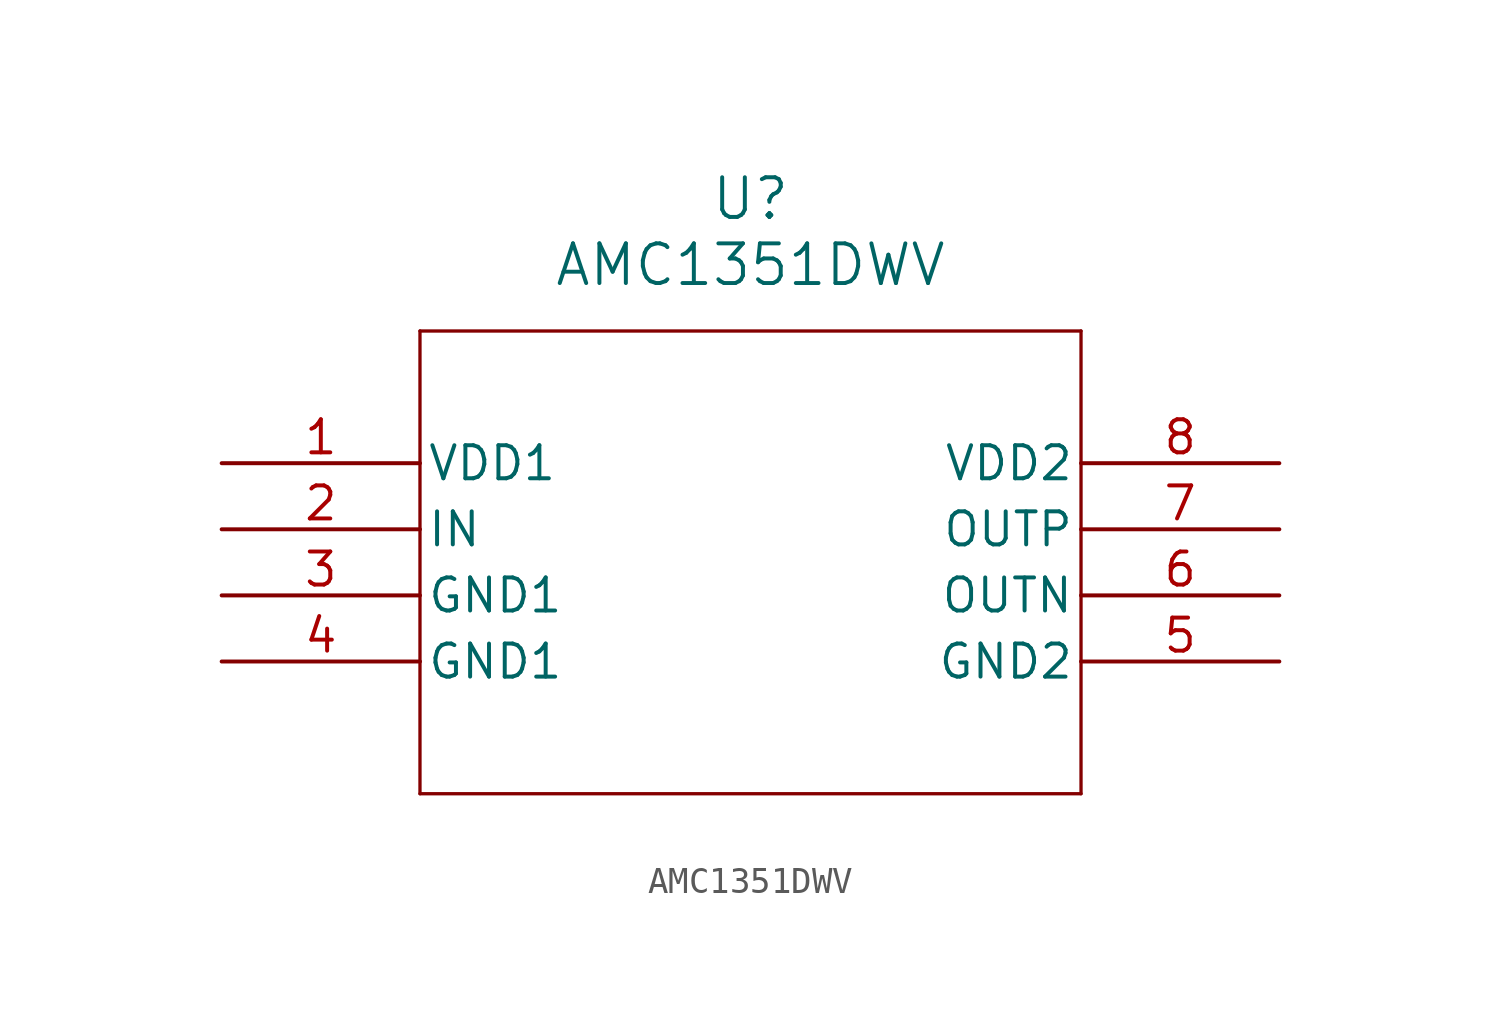
<source format=kicad_sym>
(kicad_symbol_lib
  (version 20211014)
  (generator kicad_symbol_editor)
  (symbol "AMC1351DWV"
    (pin_names
      (offset 0.254))
    (property "Reference" "U"
      (at 20.32 10.16 0)
      (effects (font (size 1.524 1.524))))
    (property "Value" "AMC1351DWV"
      (at 20.32 7.62 0)
      (effects (font (size 1.524 1.524))))
    (polyline
      (pts (xy 7.62 5.08) (xy 7.62 -12.7))
      (stroke (width 0.127) (type default) (color 0 0 0 0))
      (fill (type none)))
    (polyline
      (pts (xy 7.62 -12.7) (xy 33.02 -12.7))
      (stroke (width 0.127) (type default) (color 0 0 0 0))
      (fill (type none)))
    (polyline
      (pts (xy 33.02 -12.7) (xy 33.02 5.08))
      (stroke (width 0.127) (type default) (color 0 0 0 0))
      (fill (type none)))
    (polyline
      (pts (xy 33.02 5.08) (xy 7.62 5.08))
      (stroke (width 0.127) (type default) (color 0 0 0 0))
      (fill (type none)))
    (pin power_in line
      (at 0 0 0)
      (length 7.62)
      (name "VDD1" (effects (font (size 1.27 1.27))))
      (number "1" (effects (font (size 1.27 1.27)))))
    (pin input line
      (at 0 -2.54 0)
      (length 7.62)
      (name "IN" (effects (font (size 1.27 1.27))))
      (number "2" (effects (font (size 1.27 1.27)))))
    (pin power_out line
      (at 0 -5.08 0)
      (length 7.62)
      (name "GND1" (effects (font (size 1.27 1.27))))
      (number "3" (effects (font (size 1.27 1.27)))))
    (pin power_out line
      (at 0 -7.62 0)
      (length 7.62)
      (name "GND1" (effects (font (size 1.27 1.27))))
      (number "4" (effects (font (size 1.27 1.27)))))
    (pin power_out line
      (at 40.64 -7.62 180)
      (length 7.62)
      (name "GND2" (effects (font (size 1.27 1.27))))
      (number "5" (effects (font (size 1.27 1.27)))))
    (pin output line
      (at 40.64 -5.08 180)
      (length 7.62)
      (name "OUTN" (effects (font (size 1.27 1.27))))
      (number "6" (effects (font (size 1.27 1.27)))))
    (pin output line
      (at 40.64 -2.54 180)
      (length 7.62)
      (name "OUTP" (effects (font (size 1.27 1.27))))
      (number "7" (effects (font (size 1.27 1.27)))))
    (pin power_in line
      (at 40.64 0 180)
      (length 7.62)
      (name "VDD2" (effects (font (size 1.27 1.27))))
      (number "8" (effects (font (size 1.27 1.27)))))))
</source>
